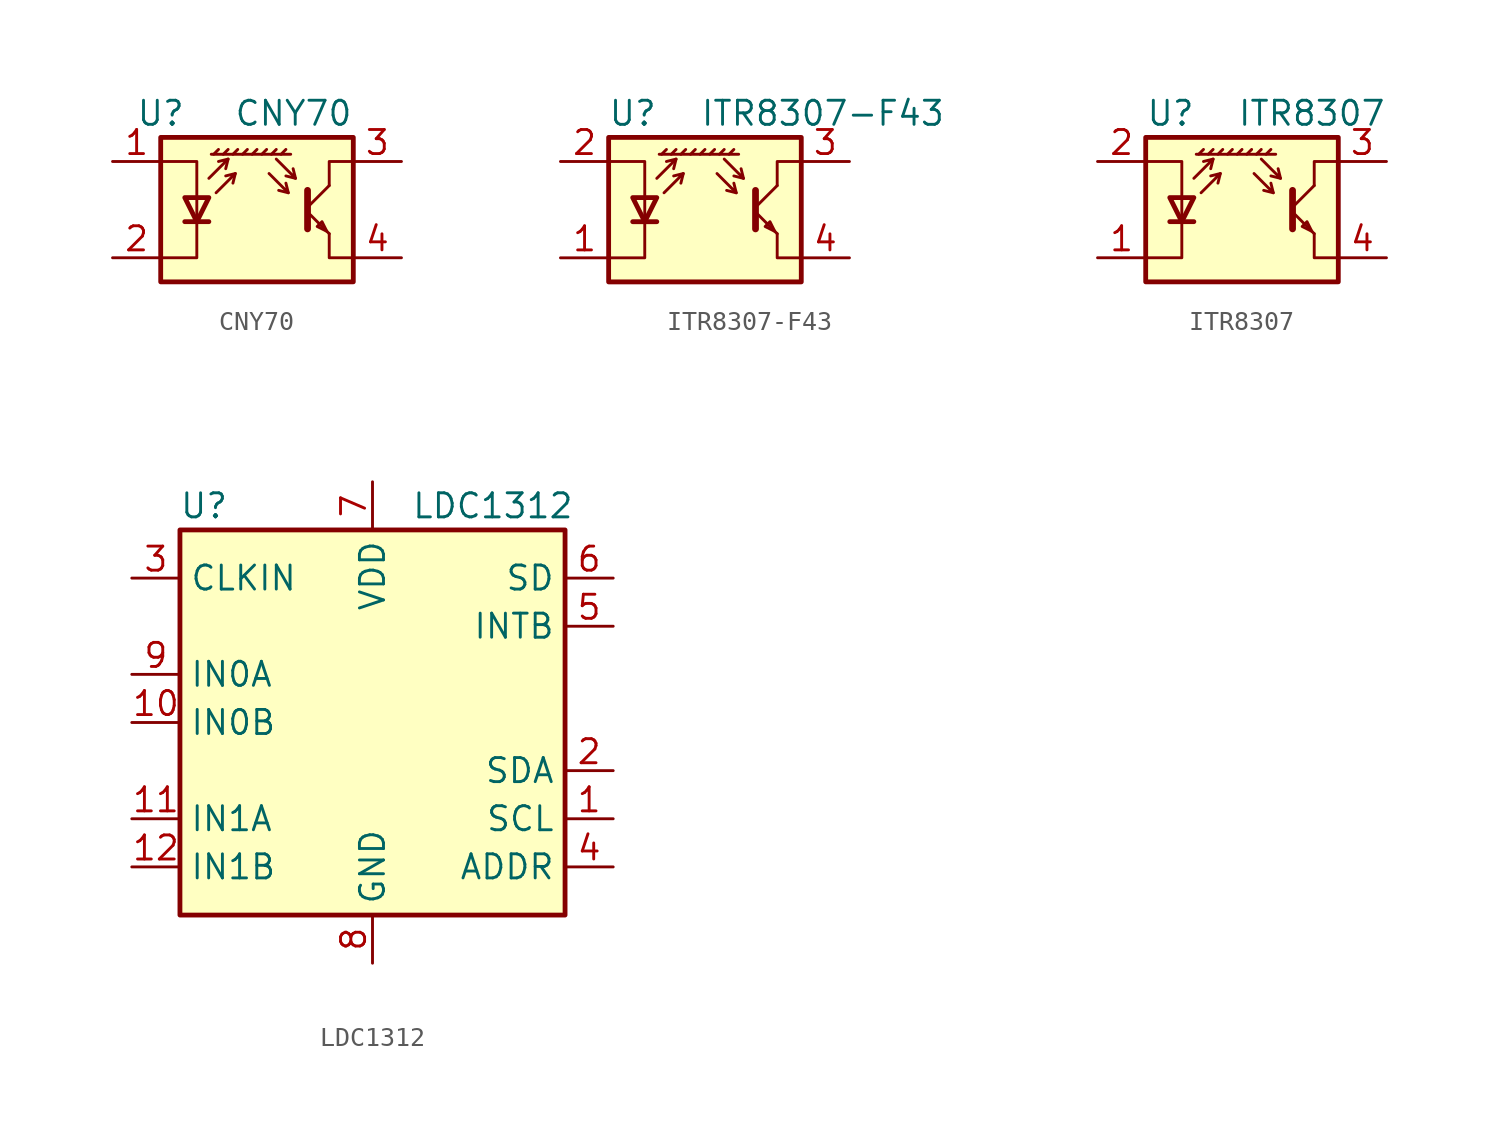
<source format=kicad_sym>
(kicad_symbol_lib
  (version 20201005)
  (generator kicad_symbol_editor)
  (symbol "CNY70"
    (pin_names
      (offset 1.016) hide)
    (property "Reference" "U"
      (at -5.08 5.08 0)
      (effects (font (size 1.27 1.27))))
    (property "Value" "CNY70"
      (at 5.08 5.08 0)
      (effects (font (size 1.27 1.27)) (justify right)))
    (symbol "CNY70_0_1"
      (polyline (pts (xy -3.81 -0.635) (xy -2.54 -0.635)) (stroke (width 0.254)) (fill (type none)))
      (polyline (pts (xy -2.286 2.921) (xy -2.032 3.175)) (stroke (width 0)) (fill (type none)))
      (polyline (pts (xy -1.778 2.921) (xy -1.524 3.175)) (stroke (width 0)) (fill (type none)))
      (polyline (pts (xy -1.524 2.667) (xy -1.651 2.159)) (stroke (width 0)) (fill (type none)))
      (polyline (pts (xy -1.27 2.921) (xy -1.016 3.175)) (stroke (width 0)) (fill (type none)))
      (polyline (pts (xy -1.143 1.905) (xy -1.27 1.397)) (stroke (width 0)) (fill (type none)))
      (polyline (pts (xy -0.762 2.921) (xy -0.508 3.175)) (stroke (width 0)) (fill (type none)))
      (polyline (pts (xy -0.254 2.921) (xy 0 3.175)) (stroke (width 0)) (fill (type none)))
      (polyline (pts (xy 0.254 2.921) (xy 0.508 3.175)) (stroke (width 0)) (fill (type none)))
      (polyline (pts (xy 0.762 2.921) (xy 1.016 3.175)) (stroke (width 0)) (fill (type none)))
      (polyline (pts (xy 1.27 2.921) (xy 1.524 3.175)) (stroke (width 0)) (fill (type none)))
      (polyline (pts (xy 1.651 0.889) (xy 1.143 1.016)) (stroke (width 0)) (fill (type none)))
      (polyline (pts (xy 1.778 2.921) (xy -2.413 2.921)) (stroke (width 0)) (fill (type none)))
      (polyline (pts (xy 2.032 1.651) (xy 1.524 1.778)) (stroke (width 0)) (fill (type none)))
      (polyline (pts (xy 2.667 -0.127) (xy 3.81 -1.27)) (stroke (width 0)) (fill (type none)))
      (polyline (pts (xy 2.667 0.127) (xy 3.81 1.27)) (stroke (width 0)) (fill (type none)))
      (polyline (pts (xy -2.54 1.651) (xy -1.524 2.667) (xy -2.032 2.54)) (stroke (width 0)) (fill (type none)))
      (polyline (pts (xy -2.159 0.889) (xy -1.143 1.905) (xy -1.651 1.778)) (stroke (width 0)) (fill (type none)))
      (polyline (pts (xy 0.635 1.905) (xy 1.651 0.889) (xy 1.524 1.397)) (stroke (width 0)) (fill (type none)))
      (polyline (pts (xy 1.016 2.667) (xy 2.032 1.651) (xy 1.905 2.159)) (stroke (width 0)) (fill (type none)))
      (polyline (pts (xy 2.667 1.016) (xy 2.667 -1.016) (xy 2.667 -1.016)) (stroke (width 0.356)) (fill (type none)))
      (polyline (pts (xy 3.81 -1.27) (xy 3.81 -2.54) (xy 5.08 -2.54)) (stroke (width 0)) (fill (type none)))
      (polyline (pts (xy 3.81 1.27) (xy 3.81 2.54) (xy 5.08 2.54)) (stroke (width 0)) (fill (type none)))
      (polyline (pts (xy -5.08 -2.54) (xy -3.175 -2.54) (xy -3.175 2.54) (xy -5.08 2.54)) (stroke (width 0)) (fill (type none)))
      (polyline (pts (xy -3.175 -0.635) (xy -3.81 0.635) (xy -2.54 0.635) (xy -3.175 -0.635)) (stroke (width 0.254)) (fill (type none)))
      (polyline (pts (xy 3.683 -1.143) (xy 3.429 -0.635) (xy 3.175 -0.889) (xy 3.683 -1.143)) (stroke (width 0)) (fill (type none)))
      (polyline (pts (xy -5.08 -3.81) (xy 5.08 -3.81) (xy 5.08 3.81) (xy -5.08 3.81) (xy -5.08 -3.81)) (stroke (width 0.254)) (fill (type background))))
    (symbol "CNY70_1_1"
      (pin passive line (at -7.62 2.54 0) (length 2.54) (name "A" (effects (font (size 1.27 1.27)))) (number "1" (effects (font (size 1.27 1.27)))))
      (pin passive line (at -7.62 -2.54 0) (length 2.54) (name "K" (effects (font (size 1.27 1.27)))) (number "2" (effects (font (size 1.27 1.27)))))
      (pin open_collector line (at 7.62 2.54 180) (length 2.54) (name "C" (effects (font (size 1.27 1.27)))) (number "3" (effects (font (size 1.27 1.27)))))
      (pin open_emitter line (at 7.62 -2.54 180) (length 2.54) (name "E" (effects (font (size 1.27 1.27)))) (number "4" (effects (font (size 1.27 1.27)))))))
  (symbol "ITR8307-F43"
    (pin_names
      (offset 0.025) hide)
    (property "Reference" "U"
      (at -3.81 5.08 0)
      (effects (font (size 1.27 1.27))))
    (property "Value" "ITR8307-F43"
      (at 12.7 5.08 0)
      (effects (font (size 1.27 1.27)) (justify right)))
    (symbol "ITR8307-F43_0_1"
      (polyline (pts (xy -3.81 -0.635) (xy -2.54 -0.635)) (stroke (width 0.254)) (fill (type none)))
      (polyline (pts (xy -2.286 2.921) (xy -2.032 3.175)) (stroke (width 0)) (fill (type none)))
      (polyline (pts (xy -1.778 2.921) (xy -1.524 3.175)) (stroke (width 0)) (fill (type none)))
      (polyline (pts (xy -1.524 2.667) (xy -1.651 2.159)) (stroke (width 0)) (fill (type none)))
      (polyline (pts (xy -1.27 2.921) (xy -1.016 3.175)) (stroke (width 0)) (fill (type none)))
      (polyline (pts (xy -1.143 1.905) (xy -1.27 1.397)) (stroke (width 0)) (fill (type none)))
      (polyline (pts (xy -0.762 2.921) (xy -0.508 3.175)) (stroke (width 0)) (fill (type none)))
      (polyline (pts (xy -0.254 2.921) (xy 0 3.175)) (stroke (width 0)) (fill (type none)))
      (polyline (pts (xy 0.254 2.921) (xy 0.508 3.175)) (stroke (width 0)) (fill (type none)))
      (polyline (pts (xy 0.762 2.921) (xy 1.016 3.175)) (stroke (width 0)) (fill (type none)))
      (polyline (pts (xy 1.27 2.921) (xy 1.524 3.175)) (stroke (width 0)) (fill (type none)))
      (polyline (pts (xy 1.651 0.889) (xy 1.143 1.016)) (stroke (width 0)) (fill (type none)))
      (polyline (pts (xy 1.778 2.921) (xy -2.413 2.921)) (stroke (width 0)) (fill (type none)))
      (polyline (pts (xy 2.032 1.651) (xy 1.524 1.778)) (stroke (width 0)) (fill (type none)))
      (polyline (pts (xy 2.667 -0.127) (xy 3.81 -1.27)) (stroke (width 0)) (fill (type none)))
      (polyline (pts (xy 2.667 0.127) (xy 3.81 1.27)) (stroke (width 0)) (fill (type none)))
      (polyline (pts (xy -2.54 1.651) (xy -1.524 2.667) (xy -2.032 2.54)) (stroke (width 0)) (fill (type none)))
      (polyline (pts (xy -2.159 0.889) (xy -1.143 1.905) (xy -1.651 1.778)) (stroke (width 0)) (fill (type none)))
      (polyline (pts (xy 0.635 1.905) (xy 1.651 0.889) (xy 1.524 1.397)) (stroke (width 0)) (fill (type none)))
      (polyline (pts (xy 1.016 2.667) (xy 2.032 1.651) (xy 1.905 2.159)) (stroke (width 0)) (fill (type none)))
      (polyline (pts (xy 2.667 1.016) (xy 2.667 -1.016) (xy 2.667 -1.016)) (stroke (width 0.356)) (fill (type none)))
      (polyline (pts (xy 3.81 -1.27) (xy 3.81 -2.54) (xy 5.08 -2.54)) (stroke (width 0)) (fill (type none)))
      (polyline (pts (xy 3.81 1.27) (xy 3.81 2.54) (xy 5.08 2.54)) (stroke (width 0)) (fill (type none)))
      (polyline (pts (xy -5.08 -2.54) (xy -3.175 -2.54) (xy -3.175 2.54) (xy -5.08 2.54)) (stroke (width 0)) (fill (type none)))
      (polyline (pts (xy -3.175 -0.635) (xy -3.81 0.635) (xy -2.54 0.635) (xy -3.175 -0.635)) (stroke (width 0.254)) (fill (type none)))
      (polyline (pts (xy 3.683 -1.143) (xy 3.429 -0.635) (xy 3.175 -0.889) (xy 3.683 -1.143)) (stroke (width 0)) (fill (type none)))
      (polyline (pts (xy -5.08 -3.81) (xy 5.08 -3.81) (xy 5.08 3.81) (xy -5.08 3.81) (xy -5.08 -3.81)) (stroke (width 0.254)) (fill (type background))))
    (symbol "ITR8307-F43_1_1"
      (pin passive line (at -7.62 -2.54 0) (length 2.54) (name "K" (effects (font (size 1.27 1.27)))) (number "1" (effects (font (size 1.27 1.27)))))
      (pin passive line (at -7.62 2.54 0) (length 2.54) (name "A" (effects (font (size 1.27 1.27)))) (number "2" (effects (font (size 1.27 1.27)))))
      (pin open_collector line (at 7.62 2.54 180) (length 2.54) (name "C" (effects (font (size 1.27 1.27)))) (number "3" (effects (font (size 1.27 1.27)))))
      (pin open_emitter line (at 7.62 -2.54 180) (length 2.54) (name "E" (effects (font (size 1.27 1.27)))) (number "4" (effects (font (size 1.27 1.27)))))))
  (symbol "ITR8307"
    (pin_names
      (offset 0.025) hide)
    (property "Reference" "U"
      (at -5.08 5.08 0)
      (effects (font (size 1.27 1.27)) (justify left)))
    (property "Value" "ITR8307"
      (at 7.62 5.08 0)
      (effects (font (size 1.27 1.27)) (justify right)))
    (symbol "ITR8307_0_1"
      (polyline (pts (xy -3.81 -0.635) (xy -2.54 -0.635)) (stroke (width 0.254)) (fill (type none)))
      (polyline (pts (xy -2.286 2.921) (xy -2.032 3.175)) (stroke (width 0)) (fill (type none)))
      (polyline (pts (xy -1.778 2.921) (xy -1.524 3.175)) (stroke (width 0)) (fill (type none)))
      (polyline (pts (xy -1.524 2.667) (xy -1.651 2.159)) (stroke (width 0)) (fill (type none)))
      (polyline (pts (xy -1.27 2.921) (xy -1.016 3.175)) (stroke (width 0)) (fill (type none)))
      (polyline (pts (xy -1.143 1.905) (xy -1.27 1.397)) (stroke (width 0)) (fill (type none)))
      (polyline (pts (xy -0.762 2.921) (xy -0.508 3.175)) (stroke (width 0)) (fill (type none)))
      (polyline (pts (xy -0.254 2.921) (xy 0 3.175)) (stroke (width 0)) (fill (type none)))
      (polyline (pts (xy 0.254 2.921) (xy 0.508 3.175)) (stroke (width 0)) (fill (type none)))
      (polyline (pts (xy 0.762 2.921) (xy 1.016 3.175)) (stroke (width 0)) (fill (type none)))
      (polyline (pts (xy 1.27 2.921) (xy 1.524 3.175)) (stroke (width 0)) (fill (type none)))
      (polyline (pts (xy 1.651 0.889) (xy 1.143 1.016)) (stroke (width 0)) (fill (type none)))
      (polyline (pts (xy 1.778 2.921) (xy -2.413 2.921)) (stroke (width 0)) (fill (type none)))
      (polyline (pts (xy 2.032 1.651) (xy 1.524 1.778)) (stroke (width 0)) (fill (type none)))
      (polyline (pts (xy 2.667 -0.127) (xy 3.81 -1.27)) (stroke (width 0)) (fill (type none)))
      (polyline (pts (xy 2.667 0.127) (xy 3.81 1.27)) (stroke (width 0)) (fill (type none)))
      (polyline (pts (xy -2.54 1.651) (xy -1.524 2.667) (xy -2.032 2.54)) (stroke (width 0)) (fill (type none)))
      (polyline (pts (xy -2.159 0.889) (xy -1.143 1.905) (xy -1.651 1.778)) (stroke (width 0)) (fill (type none)))
      (polyline (pts (xy 0.635 1.905) (xy 1.651 0.889) (xy 1.524 1.397)) (stroke (width 0)) (fill (type none)))
      (polyline (pts (xy 1.016 2.667) (xy 2.032 1.651) (xy 1.905 2.159)) (stroke (width 0)) (fill (type none)))
      (polyline (pts (xy 2.667 1.016) (xy 2.667 -1.016) (xy 2.667 -1.016)) (stroke (width 0.356)) (fill (type none)))
      (polyline (pts (xy 3.81 -1.27) (xy 3.81 -2.54) (xy 5.08 -2.54)) (stroke (width 0)) (fill (type none)))
      (polyline (pts (xy 3.81 1.27) (xy 3.81 2.54) (xy 5.08 2.54)) (stroke (width 0)) (fill (type none)))
      (polyline (pts (xy -5.08 -2.54) (xy -3.175 -2.54) (xy -3.175 2.54) (xy -5.08 2.54)) (stroke (width 0)) (fill (type none)))
      (polyline (pts (xy -3.175 -0.635) (xy -3.81 0.635) (xy -2.54 0.635) (xy -3.175 -0.635)) (stroke (width 0.254)) (fill (type none)))
      (polyline (pts (xy 3.683 -1.143) (xy 3.429 -0.635) (xy 3.175 -0.889) (xy 3.683 -1.143)) (stroke (width 0)) (fill (type none)))
      (polyline (pts (xy -5.08 -3.81) (xy 5.08 -3.81) (xy 5.08 3.81) (xy -5.08 3.81) (xy -5.08 -3.81)) (stroke (width 0.254)) (fill (type background))))
    (symbol "ITR8307_1_1"
      (pin passive line (at -7.62 -2.54 0) (length 2.54) (name "K" (effects (font (size 1.27 1.27)))) (number "1" (effects (font (size 1.27 1.27)))))
      (pin passive line (at -7.62 2.54 0) (length 2.54) (name "A" (effects (font (size 1.27 1.27)))) (number "2" (effects (font (size 1.27 1.27)))))
      (pin open_collector line (at 7.62 2.54 180) (length 2.54) (name "C" (effects (font (size 1.27 1.27)))) (number "3" (effects (font (size 1.27 1.27)))))
      (pin open_emitter line (at 7.62 -2.54 180) (length 2.54) (name "E" (effects (font (size 1.27 1.27)))) (number "4" (effects (font (size 1.27 1.27)))))))
  (symbol "LDC1312"
    (property "Reference" "U"
      (at -8.89 11.43 0)
      (effects (font (size 1.27 1.27))))
    (property "Value" "LDC1312"
      (at 6.35 11.43 0)
      (effects (font (size 1.27 1.27))))
    (symbol "LDC1312_0_1"
      (rectangle (start -10.16 -10.16) (end 10.16 10.16) (stroke (width 0.254)) (fill (type background))))
    (symbol "LDC1312_1_1"
      (pin input line (at 12.7 -5.08 180) (length 2.54) (name "SCL" (effects (font (size 1.27 1.27)))) (number "1" (effects (font (size 1.27 1.27)))))
      (pin input line (at -12.7 0 0) (length 2.54) (name "IN0B" (effects (font (size 1.27 1.27)))) (number "10" (effects (font (size 1.27 1.27)))))
      (pin input line (at -12.7 -5.08 0) (length 2.54) (name "IN1A" (effects (font (size 1.27 1.27)))) (number "11" (effects (font (size 1.27 1.27)))))
      (pin input line (at -12.7 -7.62 0) (length 2.54) (name "IN1B" (effects (font (size 1.27 1.27)))) (number "12" (effects (font (size 1.27 1.27)))))
      (pin passive line (at 0 -12.7 90) (length 2.54) hide (name "GND" (effects (font (size 1.27 1.27)))) (number "13" (effects (font (size 1.27 1.27)))))
      (pin bidirectional line (at 12.7 -2.54 180) (length 2.54) (name "SDA" (effects (font (size 1.27 1.27)))) (number "2" (effects (font (size 1.27 1.27)))))
      (pin input line (at -12.7 7.62 0) (length 2.54) (name "CLKIN" (effects (font (size 1.27 1.27)))) (number "3" (effects (font (size 1.27 1.27)))))
      (pin input line (at 12.7 -7.62 180) (length 2.54) (name "ADDR" (effects (font (size 1.27 1.27)))) (number "4" (effects (font (size 1.27 1.27)))))
      (pin open_collector line (at 12.7 5.08 180) (length 2.54) (name "INTB" (effects (font (size 1.27 1.27)))) (number "5" (effects (font (size 1.27 1.27)))))
      (pin input line (at 12.7 7.62 180) (length 2.54) (name "SD" (effects (font (size 1.27 1.27)))) (number "6" (effects (font (size 1.27 1.27)))))
      (pin power_in line (at 0 12.7 270) (length 2.54) (name "VDD" (effects (font (size 1.27 1.27)))) (number "7" (effects (font (size 1.27 1.27)))))
      (pin power_in line (at 0 -12.7 90) (length 2.54) (name "GND" (effects (font (size 1.27 1.27)))) (number "8" (effects (font (size 1.27 1.27)))))
      (pin input line (at -12.7 2.54 0) (length 2.54) (name "IN0A" (effects (font (size 1.27 1.27)))) (number "9" (effects (font (size 1.27 1.27))))))))
</source>
